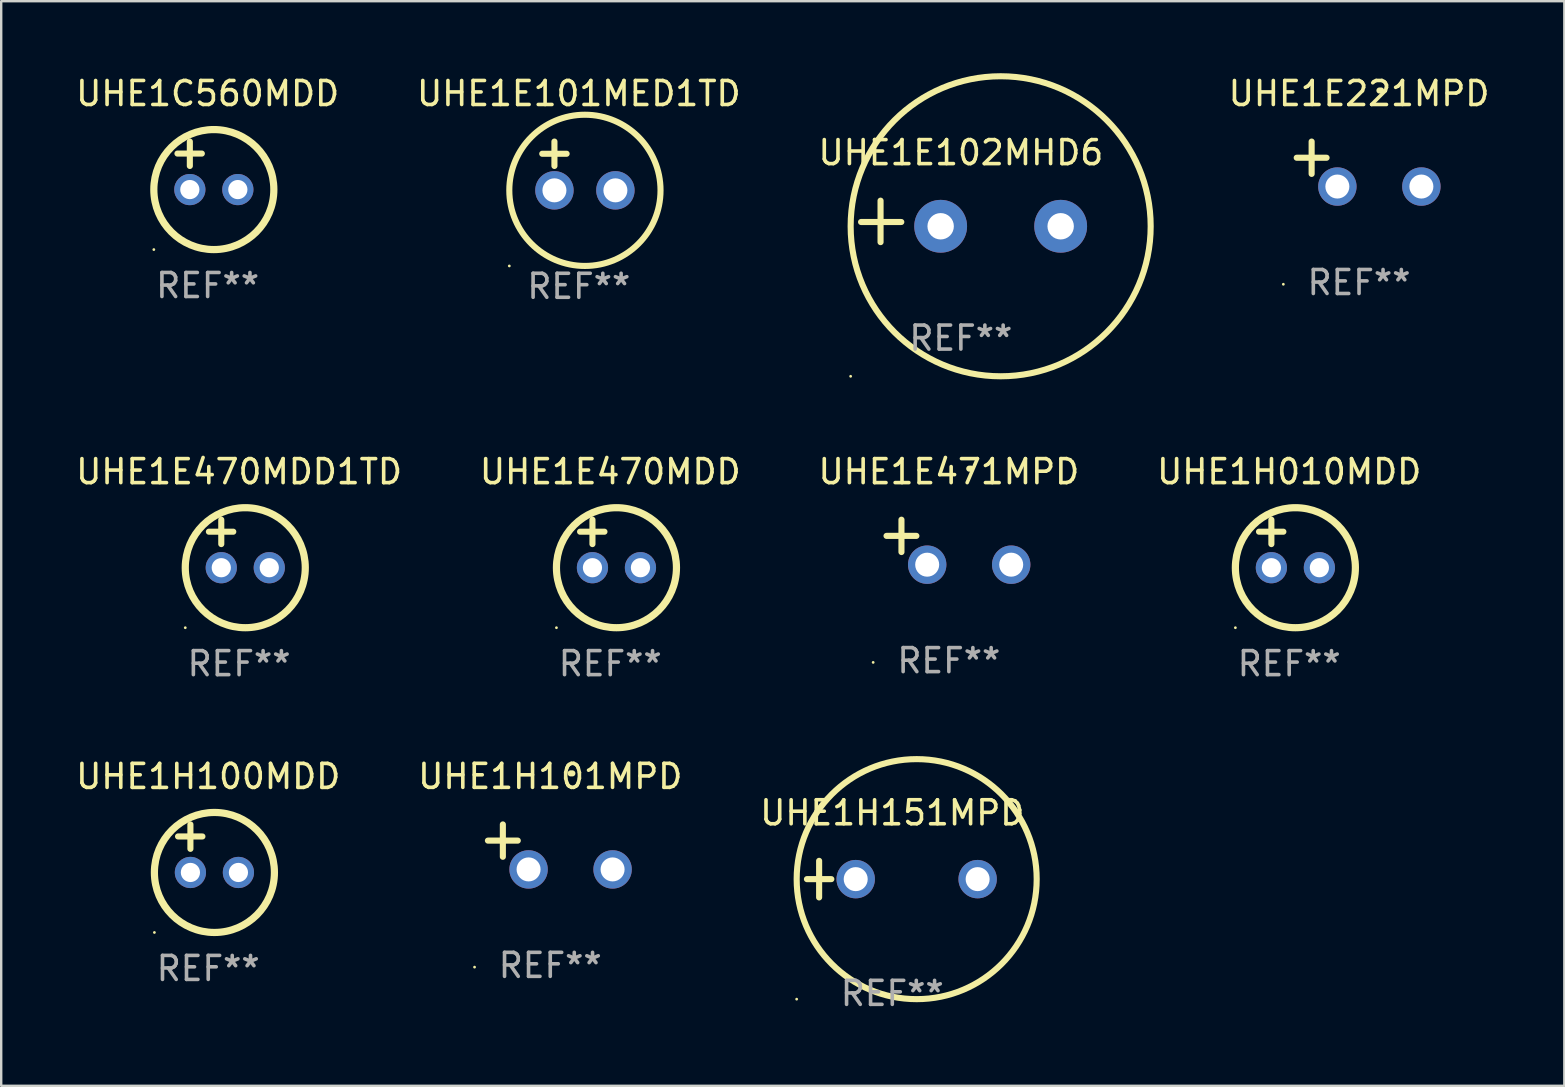
<source format=kicad_pcb>
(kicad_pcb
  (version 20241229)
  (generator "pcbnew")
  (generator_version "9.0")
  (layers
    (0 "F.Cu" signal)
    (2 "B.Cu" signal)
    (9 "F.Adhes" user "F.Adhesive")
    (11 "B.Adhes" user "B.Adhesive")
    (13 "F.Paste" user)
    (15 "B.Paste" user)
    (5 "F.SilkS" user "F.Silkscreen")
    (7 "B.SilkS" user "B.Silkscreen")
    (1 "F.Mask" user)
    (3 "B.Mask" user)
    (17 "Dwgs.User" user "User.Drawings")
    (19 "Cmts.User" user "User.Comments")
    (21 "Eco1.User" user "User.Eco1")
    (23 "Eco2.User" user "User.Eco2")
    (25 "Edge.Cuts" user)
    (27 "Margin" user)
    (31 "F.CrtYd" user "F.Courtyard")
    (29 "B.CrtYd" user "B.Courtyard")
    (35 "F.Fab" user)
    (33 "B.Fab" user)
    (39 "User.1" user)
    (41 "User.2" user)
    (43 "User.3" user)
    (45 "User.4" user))
  (footprint "UHE1H100MDD"
    (layer "F.Cu")
    (at 5.625 32.299)
    (property "Reference" "UHE1H100MDD" (at 0 -3 0) (layer "F.SilkS") (effects (font (size 1 1) (thickness 0.15))))
    (attr through_hole)
    (fp_line (start -1.258 -0.5) (end -0.242 -0.5) (stroke (width 0.254) (type solid)) (layer "F.SilkS"))
    (fp_line (start -0.742 -1) (end -0.742 0.016) (stroke (width 0.254) (type solid)) (layer "F.SilkS"))
    (fp_circle (center -2.242 3.5) (end -2.212 3.5) (stroke (width 0.06) (type solid)) (fill no) (layer "F.SilkS"))
    (fp_circle (center 0.258 1) (end 2.758 1) (stroke (width 0.3) (type solid)) (fill no) (layer "F.SilkS"))
    (fp_text user "REF**" (at 0 5 0) (layer "F.Fab") (effects (font (size 1 1) (thickness 0.15))))
    (pad "1" thru_hole circle (at -0.742 1) (size 1.3 1.3) (drill 0.8) (layers "*.Cu" "*.Mask"))
    (pad "2" thru_hole circle (at 1.258 1) (size 1.3 1.3) (drill 0.8) (layers "*.Cu" "*.Mask")))
  (footprint "UHE1E471MPD"
    (layer "F.Cu")
    (at 36.482 19.539)
    (property "Reference" "UHE1E471MPD" (at 0 -2.937 0) (layer "F.SilkS") (effects (font (size 1 1) (thickness 0.15))))
    (attr through_hole)
    (fp_line (start -1.975 0.41) (end -1.975 -0.937) (stroke (width 0.254) (type solid)) (layer "F.SilkS"))
    (fp_line (start -1.353 -0.263) (end -2.597 -0.263) (stroke (width 0.254) (type solid)) (layer "F.SilkS"))
    (fp_arc (start 0.849809 -3.063957) (mid 0.885369 -3.064114) (end 0.920929 -3.063957) (stroke (width 0.254001) (type solid)) (layer "F.SilkS"))
    (fp_circle (center -3.154 5.008) (end -3.124 5.008) (stroke (width 0.06) (type solid)) (fill no) (layer "F.SilkS"))
    (fp_text user "REF**" (at 0 4.937 0) (layer "F.Fab") (effects (font (size 1 1) (thickness 0.15))))
    (pad "1" thru_hole circle (at -0.903 0.937) (size 1.6 1.6) (drill 1) (layers "*.Cu" "*.Mask"))
    (pad "2" thru_hole circle (at 2.597 0.937) (size 1.6 1.6) (drill 1) (layers "*.Cu" "*.Mask")))
  (footprint "UHE1E102MHD6"
    (layer "F.Cu")
    (at 36.982 6.174)
    (property "Reference" "UHE1E102MHD6" (at 0 -2.864 0) (layer "F.SilkS") (effects (font (size 1 1) (thickness 0.15))))
    (attr through_hole)
    (fp_line (start -3.346 0.864) (end -3.346 -0.864) (stroke (width 0.254) (type solid)) (layer "F.SilkS"))
    (fp_line (start -2.482 0.025) (end -4.158 0.025) (stroke (width 0.254) (type solid)) (layer "F.SilkS"))
    (fp_circle (center -4.592 6.453) (end -4.562 6.453) (stroke (width 0.06) (type solid)) (fill no) (layer "F.SilkS"))
    (fp_circle (center 1.658 0.203) (end 7.908 0.203) (stroke (width 0.254) (type solid)) (fill no) (layer "F.SilkS"))
    (fp_text user "REF**" (at 0 4.864 0) (layer "F.Fab") (effects (font (size 1 1) (thickness 0.15))))
    (pad "1" thru_hole circle (at -0.842 0.203) (size 2.2 2.2) (drill 1.1) (layers "*.Cu" "*.Mask"))
    (pad "2" thru_hole circle (at 4.158 0.203) (size 2.2 2.2) (drill 1.1) (layers "*.Cu" "*.Mask")))
  (footprint "UHE1C560MDD"
    (layer "F.Cu")
    (at 5.601 3.848)
    (property "Reference" "UHE1C560MDD" (at 0 -3 0) (layer "F.SilkS") (effects (font (size 1 1) (thickness 0.15))))
    (attr through_hole)
    (fp_line (start -1.258 -0.5) (end -0.242 -0.5) (stroke (width 0.254) (type solid)) (layer "F.SilkS"))
    (fp_line (start -0.742 -1) (end -0.742 0.016) (stroke (width 0.254) (type solid)) (layer "F.SilkS"))
    (fp_circle (center -2.242 3.5) (end -2.212 3.5) (stroke (width 0.06) (type solid)) (fill no) (layer "F.SilkS"))
    (fp_circle (center 0.258 1) (end 2.758 1) (stroke (width 0.3) (type solid)) (fill no) (layer "F.SilkS"))
    (fp_text user "REF**" (at 0 5 0) (layer "F.Fab") (effects (font (size 1 1) (thickness 0.15))))
    (pad "1" thru_hole circle (at -0.742 1) (size 1.3 1.3) (drill 0.8) (layers "*.Cu" "*.Mask"))
    (pad "2" thru_hole circle (at 1.258 1) (size 1.3 1.3) (drill 0.8) (layers "*.Cu" "*.Mask")))
  (footprint "UHE1E470MDD"
    (layer "F.Cu")
    (at 22.375 19.602)
    (property "Reference" "UHE1E470MDD" (at 0 -3 0) (layer "F.SilkS") (effects (font (size 1 1) (thickness 0.15))))
    (attr through_hole)
    (fp_line (start -1.258 -0.5) (end -0.242 -0.5) (stroke (width 0.254) (type solid)) (layer "F.SilkS"))
    (fp_line (start -0.742 -1) (end -0.742 0.016) (stroke (width 0.254) (type solid)) (layer "F.SilkS"))
    (fp_circle (center -2.242 3.5) (end -2.212 3.5) (stroke (width 0.06) (type solid)) (fill no) (layer "F.SilkS"))
    (fp_circle (center 0.258 1) (end 2.758 1) (stroke (width 0.3) (type solid)) (fill no) (layer "F.SilkS"))
    (fp_text user "REF**" (at 0 5 0) (layer "F.Fab") (effects (font (size 1 1) (thickness 0.15))))
    (pad "1" thru_hole circle (at -0.742 1) (size 1.3 1.3) (drill 0.8) (layers "*.Cu" "*.Mask"))
    (pad "2" thru_hole circle (at 1.258 1) (size 1.3 1.3) (drill 0.8) (layers "*.Cu" "*.Mask")))
  (footprint "UHE1H151MPD"
    (layer "F.Cu")
    (at 34.125 33.577)
    (property "Reference" "UHE1H151MPD" (at 0 -2.762 0) (layer "F.SilkS") (effects (font (size 1 1) (thickness 0.15))))
    (attr through_hole)
    (fp_line (start -3.556 0) (end -2.54 0) (stroke (width 0.254) (type solid)) (layer "F.SilkS"))
    (fp_line (start -3.048 -0.762) (end -3.048 0.762) (stroke (width 0.254) (type solid)) (layer "F.SilkS"))
    (fp_circle (center -3.984 5) (end -3.954 5) (stroke (width 0.06) (type solid)) (fill no) (layer "F.SilkS"))
    (fp_circle (center 1.016 0) (end 6.016 0) (stroke (width 0.254) (type solid)) (fill no) (layer "F.SilkS"))
    (fp_text user "REF**" (at 0 4.762 0) (layer "F.Fab") (effects (font (size 1 1) (thickness 0.15))))
    (pad "1" thru_hole circle (at -1.524 0) (size 1.6 1.6) (drill 1) (layers "*.Cu" "*.Mask"))
    (pad "2" thru_hole circle (at 3.556 0) (size 1.6 1.6) (drill 1) (layers "*.Cu" "*.Mask")))
  (footprint "UHE1E221MPD"
    (layer "F.Cu")
    (at 53.571 3.785)
    (property "Reference" "UHE1E221MPD" (at 0 -2.937 0) (layer "F.SilkS") (effects (font (size 1 1) (thickness 0.15))))
    (attr through_hole)
    (fp_line (start -1.975 0.41) (end -1.975 -0.937) (stroke (width 0.254) (type solid)) (layer "F.SilkS"))
    (fp_line (start -1.353 -0.263) (end -2.597 -0.263) (stroke (width 0.254) (type solid)) (layer "F.SilkS"))
    (fp_arc (start 0.849809 -3.063957) (mid 0.885369 -3.064114) (end 0.920929 -3.063957) (stroke (width 0.254001) (type solid)) (layer "F.SilkS"))
    (fp_circle (center -3.154 5.008) (end -3.124 5.008) (stroke (width 0.06) (type solid)) (fill no) (layer "F.SilkS"))
    (fp_text user "REF**" (at 0 4.937 0) (layer "F.Fab") (effects (font (size 1 1) (thickness 0.15))))
    (pad "1" thru_hole circle (at -0.903 0.937) (size 1.6 1.6) (drill 1) (layers "*.Cu" "*.Mask"))
    (pad "2" thru_hole circle (at 2.597 0.937) (size 1.6 1.6) (drill 1) (layers "*.Cu" "*.Mask")))
  (footprint "UHE1E470MDD1TD"
    (layer "F.Cu")
    (at 6.911 19.602)
    (property "Reference" "UHE1E470MDD1TD" (at 0 -3 0) (layer "F.SilkS") (effects (font (size 1 1) (thickness 0.15))))
    (attr through_hole)
    (fp_line (start -1.258 -0.5) (end -0.242 -0.5) (stroke (width 0.254) (type solid)) (layer "F.SilkS"))
    (fp_line (start -0.742 -1) (end -0.742 0.016) (stroke (width 0.254) (type solid)) (layer "F.SilkS"))
    (fp_circle (center -2.242 3.5) (end -2.212 3.5) (stroke (width 0.06) (type solid)) (fill no) (layer "F.SilkS"))
    (fp_circle (center 0.258 1) (end 2.758 1) (stroke (width 0.3) (type solid)) (fill no) (layer "F.SilkS"))
    (fp_text user "REF**" (at 0 5 0) (layer "F.Fab") (effects (font (size 1 1) (thickness 0.15))))
    (pad "1" thru_hole circle (at -0.742 1) (size 1.3 1.3) (drill 0.8) (layers "*.Cu" "*.Mask"))
    (pad "2" thru_hole circle (at 1.258 1) (size 1.3 1.3) (drill 0.8) (layers "*.Cu" "*.Mask")))
  (footprint "UHE1E101MED1TD"
    (layer "F.Cu")
    (at 21.065 3.864)
    (property "Reference" "UHE1E101MED1TD" (at 0 -3.016 0) (layer "F.SilkS") (effects (font (size 1 1) (thickness 0.15))))
    (attr through_hole)
    (fp_line (start -1.524 -0.508) (end -0.508 -0.508) (stroke (width 0.254) (type solid)) (layer "F.SilkS"))
    (fp_line (start -1.016 -1.016) (end -1.016 0) (stroke (width 0.254) (type solid)) (layer "F.SilkS"))
    (fp_circle (center -2.896 4.166) (end -2.866 4.166) (stroke (width 0.06) (type solid)) (fill no) (layer "F.SilkS"))
    (fp_circle (center 0.254 1.016) (end 3.404 1.016) (stroke (width 0.254) (type solid)) (fill no) (layer "F.SilkS"))
    (fp_text user "REF**" (at 0 5.016 0) (layer "F.Fab") (effects (font (size 1 1) (thickness 0.15))))
    (pad "1" thru_hole circle (at -1.016 1.016) (size 1.6 1.6) (drill 1) (layers "*.Cu" "*.Mask"))
    (pad "2" thru_hole circle (at 1.524 1.016) (size 1.6 1.6) (drill 1) (layers "*.Cu" "*.Mask")))
  (footprint "UHE1H101MPD"
    (layer "F.Cu")
    (at 19.875 32.235)
    (property "Reference" "UHE1H101MPD" (at 0 -2.937 0) (layer "F.SilkS") (effects (font (size 1 1) (thickness 0.15))))
    (attr through_hole)
    (fp_line (start -1.975 0.41) (end -1.975 -0.937) (stroke (width 0.254) (type solid)) (layer "F.SilkS"))
    (fp_line (start -1.353 -0.263) (end -2.597 -0.263) (stroke (width 0.254) (type solid)) (layer "F.SilkS"))
    (fp_arc (start 0.849809 -3.063957) (mid 0.885369 -3.064114) (end 0.920929 -3.063957) (stroke (width 0.254001) (type solid)) (layer "F.SilkS"))
    (fp_circle (center -3.154 5.008) (end -3.124 5.008) (stroke (width 0.06) (type solid)) (fill no) (layer "F.SilkS"))
    (fp_text user "REF**" (at 0 4.937 0) (layer "F.Fab") (effects (font (size 1 1) (thickness 0.15))))
    (pad "1" thru_hole circle (at -0.903 0.937) (size 1.6 1.6) (drill 1) (layers "*.Cu" "*.Mask"))
    (pad "2" thru_hole circle (at 2.597 0.937) (size 1.6 1.6) (drill 1) (layers "*.Cu" "*.Mask")))
  (footprint "UHE1H010MDD"
    (layer "F.Cu")
    (at 50.661 19.602)
    (property "Reference" "UHE1H010MDD" (at 0 -3 0) (layer "F.SilkS") (effects (font (size 1 1) (thickness 0.15))))
    (attr through_hole)
    (fp_line (start -1.258 -0.5) (end -0.242 -0.5) (stroke (width 0.254) (type solid)) (layer "F.SilkS"))
    (fp_line (start -0.742 -1) (end -0.742 0.016) (stroke (width 0.254) (type solid)) (layer "F.SilkS"))
    (fp_circle (center -2.242 3.5) (end -2.212 3.5) (stroke (width 0.06) (type solid)) (fill no) (layer "F.SilkS"))
    (fp_circle (center 0.258 1) (end 2.758 1) (stroke (width 0.3) (type solid)) (fill no) (layer "F.SilkS"))
    (fp_text user "REF**" (at 0 5 0) (layer "F.Fab") (effects (font (size 1 1) (thickness 0.15))))
    (pad "1" thru_hole circle (at -0.742 1) (size 1.3 1.3) (drill 0.8) (layers "*.Cu" "*.Mask"))
    (pad "2" thru_hole circle (at 1.258 1) (size 1.3 1.3) (drill 0.8) (layers "*.Cu" "*.Mask")))
  (gr_rect
    (start -3 -3)
    (end 62.124 42.188)
    (stroke (width 0.1) (type default))
    (fill no)
    (layer "Edge.Cuts")))
</source>
